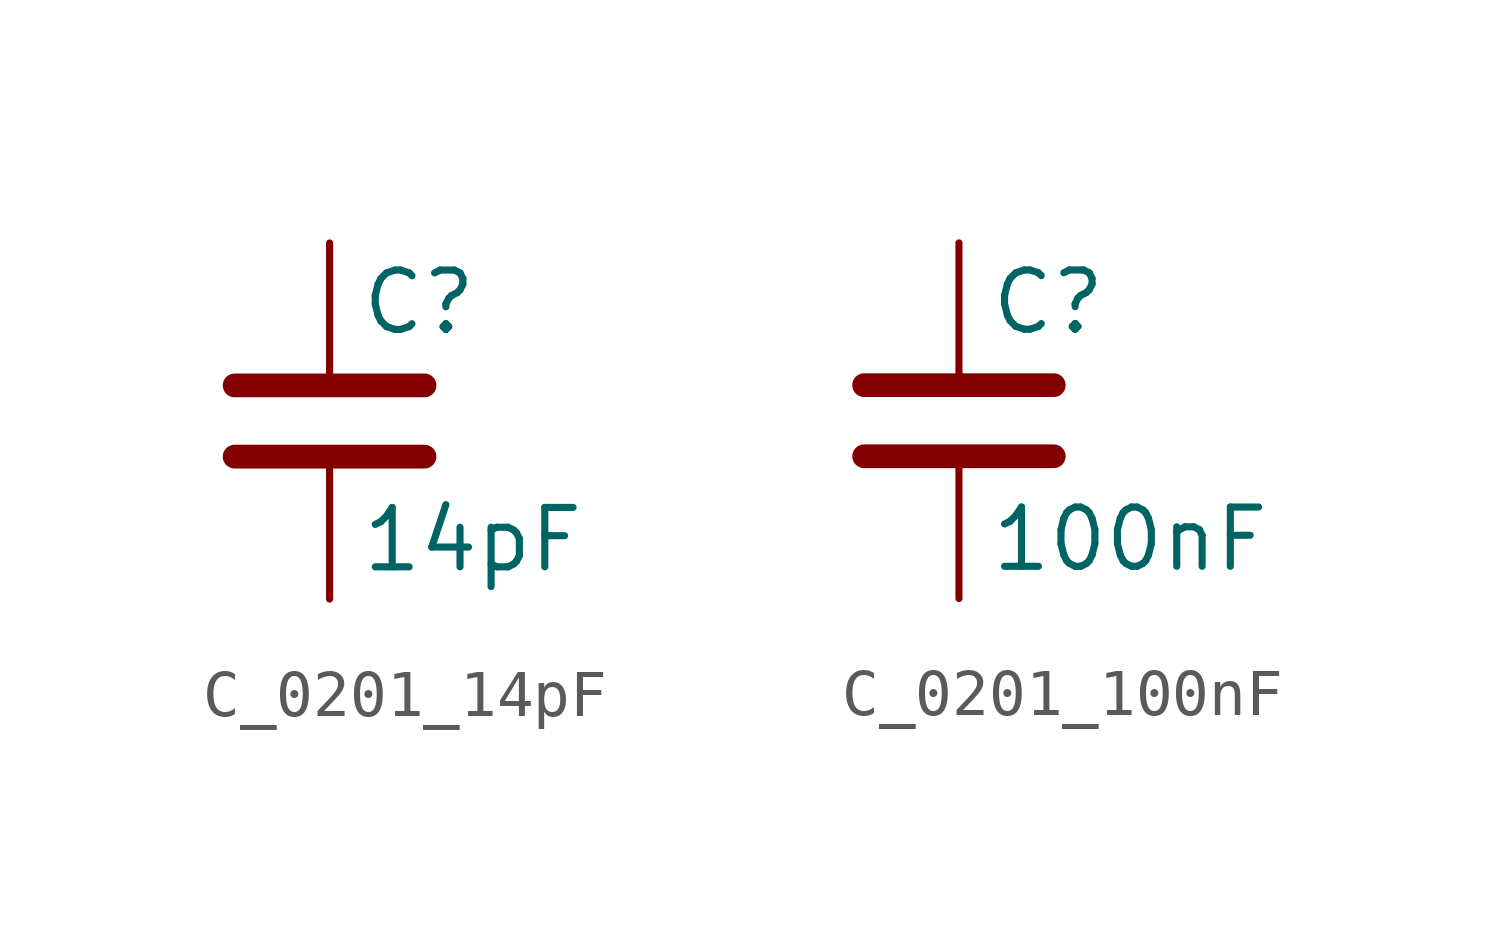
<source format=kicad_sym>
(kicad_symbol_lib
  (version 20241209)
  (generator "kicad_symbol_editor")
  (generator_version "9.0")
  (symbol "C_0201_14pF"
    (pin_numbers
      (hide yes))
    (pin_names
      (offset 0.254))
    (property "Reference" "C"
      (at 0.635 2.54 0)
      (effects (font (size 1.27 1.27)) (justify left)))
    (property "Value" "14pF"
      (at 0.635 -2.54 0)
      (effects (font (size 1.27 1.27)) (justify left)))
    (symbol "C_0201_14pF_0_1"
      (polyline (pts (xy -2.032 0.762) (xy 2.032 0.762)) (stroke (width 0.508) (type default)) (fill (type none)))
      (polyline (pts (xy -2.032 -0.762) (xy 2.032 -0.762)) (stroke (width 0.508) (type default)) (fill (type none))))
    (symbol "C_0201_14pF_1_1"
      (pin passive line (at 0 3.81 270) (length 2.794) (name "~" (effects (font (size 1.27 1.27)))) (number "1" (effects (font (size 1.27 1.27)))))
      (pin passive line (at 0 -3.81 90) (length 2.794) (name "~" (effects (font (size 1.27 1.27)))) (number "2" (effects (font (size 1.27 1.27)))))))
  (symbol "C_0201_100nF"
    (pin_numbers
      (hide yes))
    (pin_names
      (offset 0.254))
    (property "Reference" "C"
      (at 0.635 2.54 0)
      (effects (font (size 1.27 1.27)) (justify left)))
    (property "Value" "100nF"
      (at 0.635 -2.54 0)
      (effects (font (size 1.27 1.27)) (justify left)))
    (symbol "C_0201_100nF_0_1"
      (polyline (pts (xy -2.032 0.762) (xy 2.032 0.762)) (stroke (width 0.508) (type default)) (fill (type none)))
      (polyline (pts (xy -2.032 -0.762) (xy 2.032 -0.762)) (stroke (width 0.508) (type default)) (fill (type none))))
    (symbol "C_0201_100nF_1_1"
      (pin passive line (at 0 3.81 270) (length 2.794) (name "~" (effects (font (size 1.27 1.27)))) (number "1" (effects (font (size 1.27 1.27)))))
      (pin passive line (at 0 -3.81 90) (length 2.794) (name "~" (effects (font (size 1.27 1.27)))) (number "2" (effects (font (size 1.27 1.27))))))))
</source>
